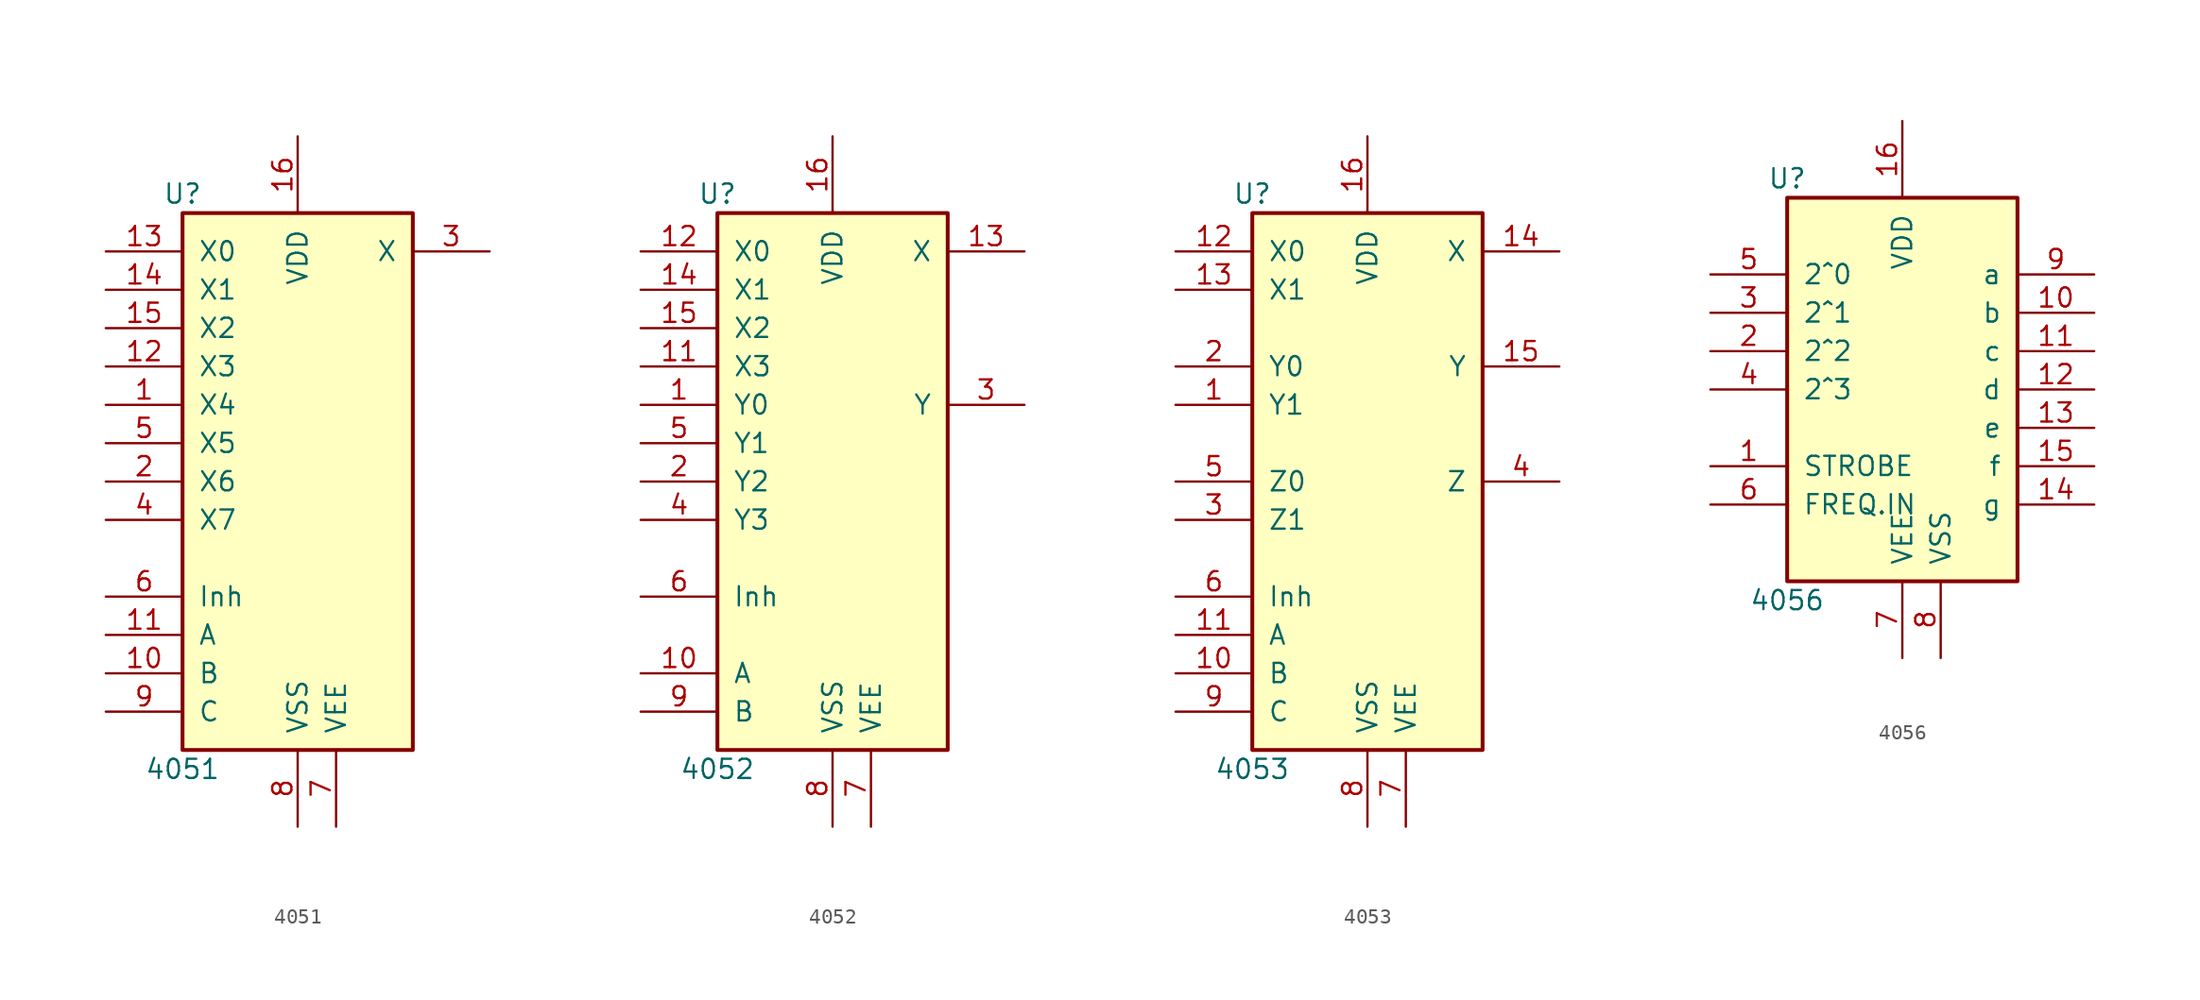
<source format=kicad_sym>
(kicad_symbol_lib
  (version 20201005)
  (generator kicad_symbol_editor)
  (symbol "4xxx:4051"
    (pin_names
      (offset 1.016))
    (property "Reference" "U"
      (at -7.62 19.05 0)
      (effects (font (size 1.27 1.27))))
    (property "Value" "4051"
      (at -7.62 -19.05 0)
      (effects (font (size 1.27 1.27))))
    (property "ki_locked" ""
      (at 0 0 0)
      (effects (font (size 1.27 1.27))))
    (symbol "4051_1_0"
      (pin passive line (at -12.7 5.08 0) (length 5.08) (name "X4" (effects (font (size 1.27 1.27)))) (number "1" (effects (font (size 1.27 1.27)))))
      (pin input line (at -12.7 -12.7 0) (length 5.08) (name "B" (effects (font (size 1.27 1.27)))) (number "10" (effects (font (size 1.27 1.27)))))
      (pin input line (at -12.7 -10.16 0) (length 5.08) (name "A" (effects (font (size 1.27 1.27)))) (number "11" (effects (font (size 1.27 1.27)))))
      (pin passive line (at -12.7 7.62 0) (length 5.08) (name "X3" (effects (font (size 1.27 1.27)))) (number "12" (effects (font (size 1.27 1.27)))))
      (pin passive line (at -12.7 15.24 0) (length 5.08) (name "X0" (effects (font (size 1.27 1.27)))) (number "13" (effects (font (size 1.27 1.27)))))
      (pin passive line (at -12.7 12.7 0) (length 5.08) (name "X1" (effects (font (size 1.27 1.27)))) (number "14" (effects (font (size 1.27 1.27)))))
      (pin passive line (at -12.7 10.16 0) (length 5.08) (name "X2" (effects (font (size 1.27 1.27)))) (number "15" (effects (font (size 1.27 1.27)))))
      (pin power_in line (at 0 22.86 270) (length 5.08) (name "VDD" (effects (font (size 1.27 1.27)))) (number "16" (effects (font (size 1.27 1.27)))))
      (pin passive line (at -12.7 0 0) (length 5.08) (name "X6" (effects (font (size 1.27 1.27)))) (number "2" (effects (font (size 1.27 1.27)))))
      (pin passive line (at 12.7 15.24 180) (length 5.08) (name "X" (effects (font (size 1.27 1.27)))) (number "3" (effects (font (size 1.27 1.27)))))
      (pin passive line (at -12.7 -2.54 0) (length 5.08) (name "X7" (effects (font (size 1.27 1.27)))) (number "4" (effects (font (size 1.27 1.27)))))
      (pin passive line (at -12.7 2.54 0) (length 5.08) (name "X5" (effects (font (size 1.27 1.27)))) (number "5" (effects (font (size 1.27 1.27)))))
      (pin input line (at -12.7 -7.62 0) (length 5.08) (name "Inh" (effects (font (size 1.27 1.27)))) (number "6" (effects (font (size 1.27 1.27)))))
      (pin power_in line (at 2.54 -22.86 90) (length 5.08) (name "VEE" (effects (font (size 1.27 1.27)))) (number "7" (effects (font (size 1.27 1.27)))))
      (pin power_in line (at 0 -22.86 90) (length 5.08) (name "VSS" (effects (font (size 1.27 1.27)))) (number "8" (effects (font (size 1.27 1.27)))))
      (pin input line (at -12.7 -15.24 0) (length 5.08) (name "C" (effects (font (size 1.27 1.27)))) (number "9" (effects (font (size 1.27 1.27))))))
    (symbol "4051_1_1"
      (rectangle (start -7.62 17.78) (end 7.62 -17.78) (stroke (width 0.254)) (fill (type background)))))
  (symbol "4xxx:4052"
    (pin_names
      (offset 1.016))
    (property "Reference" "U"
      (at -7.62 19.05 0)
      (effects (font (size 1.27 1.27))))
    (property "Value" "4052"
      (at -7.62 -19.05 0)
      (effects (font (size 1.27 1.27))))
    (property "ki_locked" ""
      (at 0 0 0)
      (effects (font (size 1.27 1.27))))
    (symbol "4052_1_0"
      (pin passive line (at -12.7 5.08 0) (length 5.08) (name "Y0" (effects (font (size 1.27 1.27)))) (number "1" (effects (font (size 1.27 1.27)))))
      (pin input line (at -12.7 -12.7 0) (length 5.08) (name "A" (effects (font (size 1.27 1.27)))) (number "10" (effects (font (size 1.27 1.27)))))
      (pin passive line (at -12.7 7.62 0) (length 5.08) (name "X3" (effects (font (size 1.27 1.27)))) (number "11" (effects (font (size 1.27 1.27)))))
      (pin passive line (at -12.7 15.24 0) (length 5.08) (name "X0" (effects (font (size 1.27 1.27)))) (number "12" (effects (font (size 1.27 1.27)))))
      (pin passive line (at 12.7 15.24 180) (length 5.08) (name "X" (effects (font (size 1.27 1.27)))) (number "13" (effects (font (size 1.27 1.27)))))
      (pin passive line (at -12.7 12.7 0) (length 5.08) (name "X1" (effects (font (size 1.27 1.27)))) (number "14" (effects (font (size 1.27 1.27)))))
      (pin passive line (at -12.7 10.16 0) (length 5.08) (name "X2" (effects (font (size 1.27 1.27)))) (number "15" (effects (font (size 1.27 1.27)))))
      (pin power_in line (at 0 22.86 270) (length 5.08) (name "VDD" (effects (font (size 1.27 1.27)))) (number "16" (effects (font (size 1.27 1.27)))))
      (pin passive line (at -12.7 0 0) (length 5.08) (name "Y2" (effects (font (size 1.27 1.27)))) (number "2" (effects (font (size 1.27 1.27)))))
      (pin passive line (at 12.7 5.08 180) (length 5.08) (name "Y" (effects (font (size 1.27 1.27)))) (number "3" (effects (font (size 1.27 1.27)))))
      (pin passive line (at -12.7 -2.54 0) (length 5.08) (name "Y3" (effects (font (size 1.27 1.27)))) (number "4" (effects (font (size 1.27 1.27)))))
      (pin passive line (at -12.7 2.54 0) (length 5.08) (name "Y1" (effects (font (size 1.27 1.27)))) (number "5" (effects (font (size 1.27 1.27)))))
      (pin input line (at -12.7 -7.62 0) (length 5.08) (name "Inh" (effects (font (size 1.27 1.27)))) (number "6" (effects (font (size 1.27 1.27)))))
      (pin power_in line (at 2.54 -22.86 90) (length 5.08) (name "VEE" (effects (font (size 1.27 1.27)))) (number "7" (effects (font (size 1.27 1.27)))))
      (pin power_in line (at 0 -22.86 90) (length 5.08) (name "VSS" (effects (font (size 1.27 1.27)))) (number "8" (effects (font (size 1.27 1.27)))))
      (pin input line (at -12.7 -15.24 0) (length 5.08) (name "B" (effects (font (size 1.27 1.27)))) (number "9" (effects (font (size 1.27 1.27))))))
    (symbol "4052_1_1"
      (rectangle (start -7.62 17.78) (end 7.62 -17.78) (stroke (width 0.254)) (fill (type background)))))
  (symbol "4xxx:4053"
    (pin_names
      (offset 1.016))
    (property "Reference" "U"
      (at -7.62 19.05 0)
      (effects (font (size 1.27 1.27))))
    (property "Value" "4053"
      (at -7.62 -19.05 0)
      (effects (font (size 1.27 1.27))))
    (property "ki_locked" ""
      (at 0 0 0)
      (effects (font (size 1.27 1.27))))
    (symbol "4053_1_0"
      (pin passive line (at -12.7 5.08 0) (length 5.08) (name "Y1" (effects (font (size 1.27 1.27)))) (number "1" (effects (font (size 1.27 1.27)))))
      (pin input line (at -12.7 -12.7 0) (length 5.08) (name "B" (effects (font (size 1.27 1.27)))) (number "10" (effects (font (size 1.27 1.27)))))
      (pin input line (at -12.7 -10.16 0) (length 5.08) (name "A" (effects (font (size 1.27 1.27)))) (number "11" (effects (font (size 1.27 1.27)))))
      (pin passive line (at -12.7 15.24 0) (length 5.08) (name "X0" (effects (font (size 1.27 1.27)))) (number "12" (effects (font (size 1.27 1.27)))))
      (pin passive line (at -12.7 12.7 0) (length 5.08) (name "X1" (effects (font (size 1.27 1.27)))) (number "13" (effects (font (size 1.27 1.27)))))
      (pin passive line (at 12.7 15.24 180) (length 5.08) (name "X" (effects (font (size 1.27 1.27)))) (number "14" (effects (font (size 1.27 1.27)))))
      (pin passive line (at 12.7 7.62 180) (length 5.08) (name "Y" (effects (font (size 1.27 1.27)))) (number "15" (effects (font (size 1.27 1.27)))))
      (pin power_in line (at 0 22.86 270) (length 5.08) (name "VDD" (effects (font (size 1.27 1.27)))) (number "16" (effects (font (size 1.27 1.27)))))
      (pin passive line (at -12.7 7.62 0) (length 5.08) (name "Y0" (effects (font (size 1.27 1.27)))) (number "2" (effects (font (size 1.27 1.27)))))
      (pin passive line (at -12.7 -2.54 0) (length 5.08) (name "Z1" (effects (font (size 1.27 1.27)))) (number "3" (effects (font (size 1.27 1.27)))))
      (pin passive line (at 12.7 0 180) (length 5.08) (name "Z" (effects (font (size 1.27 1.27)))) (number "4" (effects (font (size 1.27 1.27)))))
      (pin passive line (at -12.7 0 0) (length 5.08) (name "Z0" (effects (font (size 1.27 1.27)))) (number "5" (effects (font (size 1.27 1.27)))))
      (pin input line (at -12.7 -7.62 0) (length 5.08) (name "Inh" (effects (font (size 1.27 1.27)))) (number "6" (effects (font (size 1.27 1.27)))))
      (pin power_in line (at 2.54 -22.86 90) (length 5.08) (name "VEE" (effects (font (size 1.27 1.27)))) (number "7" (effects (font (size 1.27 1.27)))))
      (pin power_in line (at 0 -22.86 90) (length 5.08) (name "VSS" (effects (font (size 1.27 1.27)))) (number "8" (effects (font (size 1.27 1.27)))))
      (pin input line (at -12.7 -15.24 0) (length 5.08) (name "C" (effects (font (size 1.27 1.27)))) (number "9" (effects (font (size 1.27 1.27))))))
    (symbol "4053_1_1"
      (rectangle (start -7.62 17.78) (end 7.62 -17.78) (stroke (width 0.254)) (fill (type background)))))
  (symbol "4xxx:4056"
    (pin_names
      (offset 1.016))
    (property "Reference" "U"
      (at -7.62 13.97 0)
      (effects (font (size 1.27 1.27))))
    (property "Value" "4056"
      (at -7.62 -13.97 0)
      (effects (font (size 1.27 1.27))))
    (property "ki_locked" ""
      (at 0 0 0)
      (effects (font (size 1.27 1.27))))
    (symbol "4056_1_0"
      (pin input line (at -12.7 -5.08 0) (length 5.08) (name "STROBE" (effects (font (size 1.27 1.27)))) (number "1" (effects (font (size 1.27 1.27)))))
      (pin output line (at 12.7 5.08 180) (length 5.08) (name "b" (effects (font (size 1.27 1.27)))) (number "10" (effects (font (size 1.27 1.27)))))
      (pin output line (at 12.7 2.54 180) (length 5.08) (name "c" (effects (font (size 1.27 1.27)))) (number "11" (effects (font (size 1.27 1.27)))))
      (pin output line (at 12.7 0 180) (length 5.08) (name "d" (effects (font (size 1.27 1.27)))) (number "12" (effects (font (size 1.27 1.27)))))
      (pin output line (at 12.7 -2.54 180) (length 5.08) (name "e" (effects (font (size 1.27 1.27)))) (number "13" (effects (font (size 1.27 1.27)))))
      (pin output line (at 12.7 -7.62 180) (length 5.08) (name "g" (effects (font (size 1.27 1.27)))) (number "14" (effects (font (size 1.27 1.27)))))
      (pin output line (at 12.7 -5.08 180) (length 5.08) (name "f" (effects (font (size 1.27 1.27)))) (number "15" (effects (font (size 1.27 1.27)))))
      (pin power_in line (at 0 17.78 270) (length 5.08) (name "VDD" (effects (font (size 1.27 1.27)))) (number "16" (effects (font (size 1.27 1.27)))))
      (pin input line (at -12.7 2.54 0) (length 5.08) (name "2^2" (effects (font (size 1.27 1.27)))) (number "2" (effects (font (size 1.27 1.27)))))
      (pin input line (at -12.7 5.08 0) (length 5.08) (name "2^1" (effects (font (size 1.27 1.27)))) (number "3" (effects (font (size 1.27 1.27)))))
      (pin input line (at -12.7 0 0) (length 5.08) (name "2^3" (effects (font (size 1.27 1.27)))) (number "4" (effects (font (size 1.27 1.27)))))
      (pin input line (at -12.7 7.62 0) (length 5.08) (name "2^0" (effects (font (size 1.27 1.27)))) (number "5" (effects (font (size 1.27 1.27)))))
      (pin input line (at -12.7 -7.62 0) (length 5.08) (name "FREQ.IN" (effects (font (size 1.27 1.27)))) (number "6" (effects (font (size 1.27 1.27)))))
      (pin power_in line (at 0 -17.78 90) (length 5.08) (name "VEE" (effects (font (size 1.27 1.27)))) (number "7" (effects (font (size 1.27 1.27)))))
      (pin power_in line (at 2.54 -17.78 90) (length 5.08) (name "VSS" (effects (font (size 1.27 1.27)))) (number "8" (effects (font (size 1.27 1.27)))))
      (pin output line (at 12.7 7.62 180) (length 5.08) (name "a" (effects (font (size 1.27 1.27)))) (number "9" (effects (font (size 1.27 1.27))))))
    (symbol "4056_1_1"
      (rectangle (start -7.62 12.7) (end 7.62 -12.7) (stroke (width 0.254)) (fill (type background))))))
</source>
